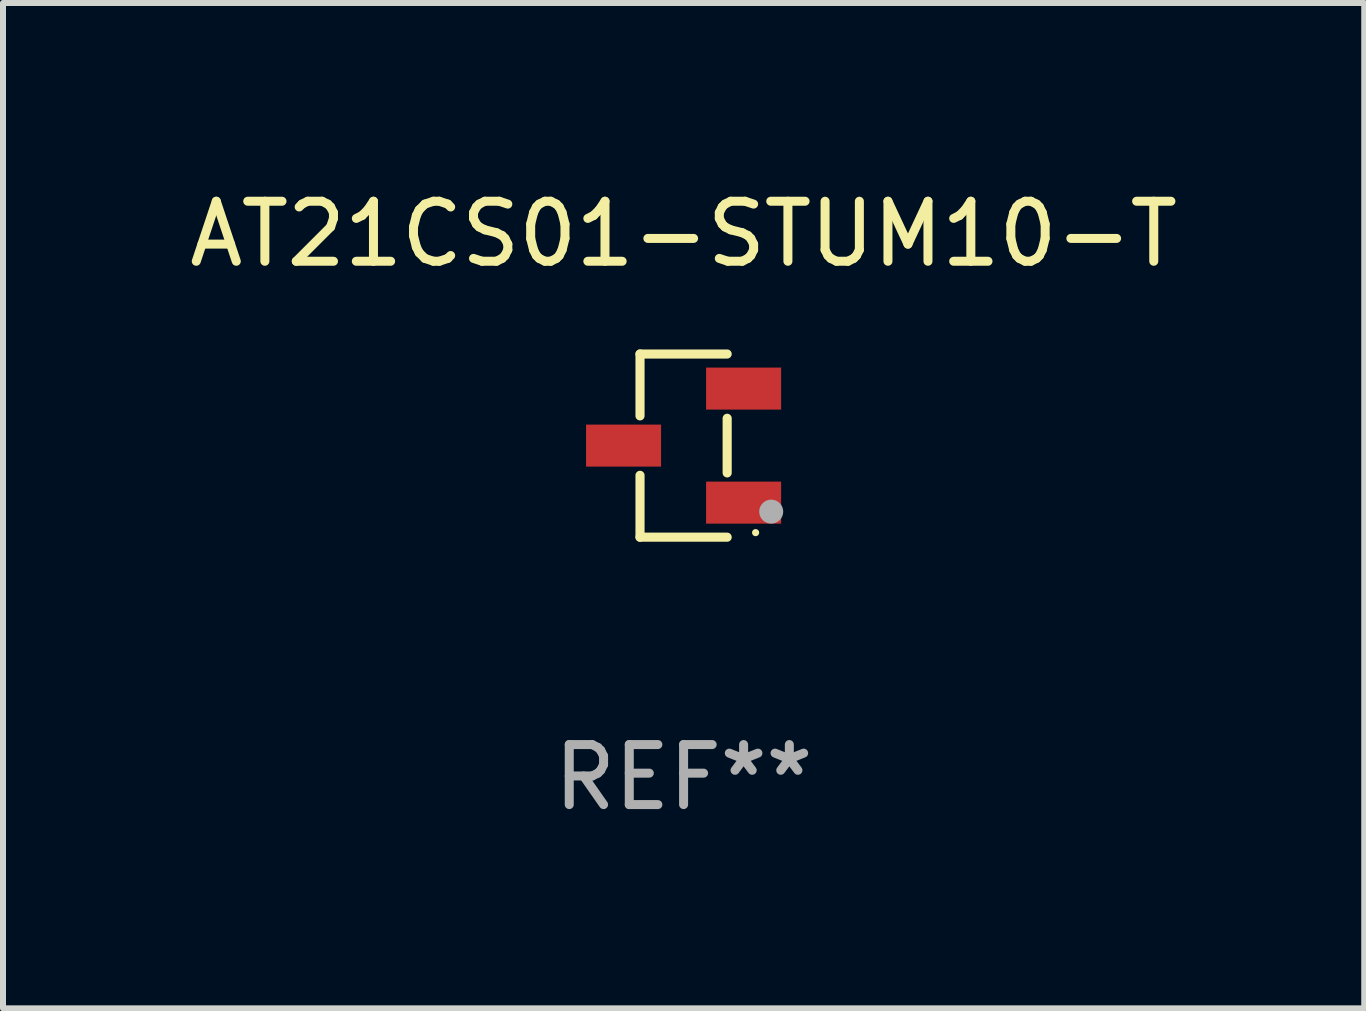
<source format=kicad_pcb>
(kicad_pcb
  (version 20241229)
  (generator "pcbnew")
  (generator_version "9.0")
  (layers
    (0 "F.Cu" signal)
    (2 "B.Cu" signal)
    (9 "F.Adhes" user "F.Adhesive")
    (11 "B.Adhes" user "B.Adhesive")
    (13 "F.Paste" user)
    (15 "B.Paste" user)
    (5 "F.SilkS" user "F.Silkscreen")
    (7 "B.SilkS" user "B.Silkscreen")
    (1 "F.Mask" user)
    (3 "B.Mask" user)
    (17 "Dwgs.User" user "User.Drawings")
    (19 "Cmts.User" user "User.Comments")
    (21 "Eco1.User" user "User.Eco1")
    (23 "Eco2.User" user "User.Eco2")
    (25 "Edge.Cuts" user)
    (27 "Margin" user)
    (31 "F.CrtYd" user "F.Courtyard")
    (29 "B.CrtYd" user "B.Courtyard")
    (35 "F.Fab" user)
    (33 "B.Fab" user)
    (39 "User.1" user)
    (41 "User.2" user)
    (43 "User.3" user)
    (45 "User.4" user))
  (footprint "AT21CS01-STUM10-T"
    (layer "F.Cu")
    (at 8.339 4.374)
    (property "Reference" "AT21CS01-STUM10-T" (at 0 -3.526 0) (layer "F.SilkS") (effects (font (size 1 1) (thickness 0.15))))
    (attr through_hole)
    (fp_line (start -0.726 -1.526) (end -0.726 -0.495) (stroke (width 0.152) (type solid)) (layer "F.SilkS"))
    (fp_line (start -0.726 1.526) (end -0.726 0.495) (stroke (width 0.152) (type solid)) (layer "F.SilkS"))
    (fp_line (start 0.726 -1.526) (end -0.726 -1.526) (stroke (width 0.152) (type solid)) (layer "F.SilkS"))
    (fp_line (start 0.726 -0.455) (end 0.726 0.455) (stroke (width 0.152) (type solid)) (layer "F.SilkS"))
    (fp_line (start 0.726 1.526) (end -0.726 1.526) (stroke (width 0.152) (type solid)) (layer "F.SilkS"))
    (fp_circle (center 1.2 1.45) (end 1.23 1.45) (stroke (width 0.06) (type solid)) (fill no) (layer "F.SilkS"))
    (fp_circle (center 1.46 1.1) (end 1.56 1.1) (stroke (width 0.2) (type solid)) (fill no) (layer "F.Fab"))
    (fp_text user "REF**" (at 0 5.526 0) (layer "F.Fab") (effects (font (size 1 1) (thickness 0.15))))
    (pad "1" smd rect (at 1 0.95) (size 1.25 0.7) (layers "F.Cu" "F.Mask" "F.Paste"))
    (pad "2" smd rect (at 1 -0.95) (size 1.25 0.7) (layers "F.Cu" "F.Mask" "F.Paste"))
    (pad "3" smd rect (at -1 0) (size 1.25 0.7) (layers "F.Cu" "F.Mask" "F.Paste")))
  (gr_rect
    (start -3 -3)
    (end 19.679 13.749)
    (stroke (width 0.1) (type default))
    (fill no)
    (layer "Edge.Cuts")))
</source>
